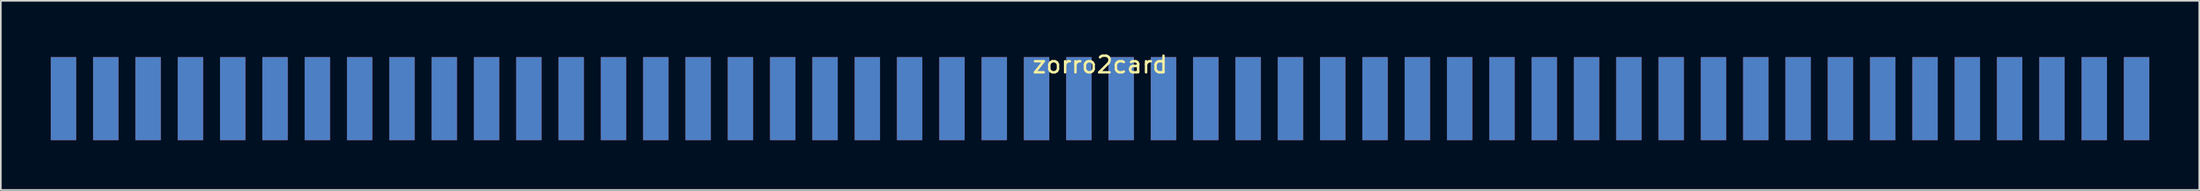
<source format=kicad_pcb>
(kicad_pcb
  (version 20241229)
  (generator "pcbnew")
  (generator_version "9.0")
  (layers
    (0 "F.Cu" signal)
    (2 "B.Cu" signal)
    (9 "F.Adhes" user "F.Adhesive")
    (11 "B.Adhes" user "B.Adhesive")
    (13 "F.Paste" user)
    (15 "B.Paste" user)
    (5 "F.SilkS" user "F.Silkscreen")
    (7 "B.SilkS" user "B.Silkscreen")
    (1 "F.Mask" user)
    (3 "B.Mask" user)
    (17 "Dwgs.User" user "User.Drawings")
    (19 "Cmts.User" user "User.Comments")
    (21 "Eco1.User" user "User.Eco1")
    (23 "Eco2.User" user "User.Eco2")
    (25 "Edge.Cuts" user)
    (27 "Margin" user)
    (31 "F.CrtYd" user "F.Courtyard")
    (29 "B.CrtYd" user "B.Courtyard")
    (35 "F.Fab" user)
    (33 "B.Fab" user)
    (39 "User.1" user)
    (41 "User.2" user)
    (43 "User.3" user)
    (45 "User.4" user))
  (footprint "zorro2card"
    (layer "F.Cu")
    (at 62.992 0.348)
    (property "Reference" "zorro2card" (at 0 0.5 0) (layer "F.SilkS") (effects (font (size 1 1) (thickness 0.15))))
    (attr through_hole)
    (pad "1" connect rect (at 62.23 2.54) (size 1.524 5) (layers "B.Cu" "B.Mask"))
    (pad "2" connect rect (at 62.23 2.54) (size 1.524 5) (layers "F.Cu" "F.Mask"))
    (pad "3" connect rect (at 59.69 2.54) (size 1.524 5) (layers "B.Cu" "B.Mask"))
    (pad "4" connect rect (at 59.69 2.54) (size 1.524 5) (layers "F.Cu" "F.Mask"))
    (pad "5" connect rect (at 57.15 2.54) (size 1.524 5) (layers "B.Cu" "B.Mask"))
    (pad "6" connect rect (at 57.15 2.54) (size 1.524 5) (layers "F.Cu" "F.Mask"))
    (pad "7" connect rect (at 54.61 2.54) (size 1.524 5) (layers "B.Cu" "B.Mask"))
    (pad "8" connect rect (at 54.61 2.54) (size 1.524 5) (layers "F.Cu" "F.Mask"))
    (pad "9" connect rect (at 52.07 2.54) (size 1.524 5) (layers "B.Cu" "B.Mask"))
    (pad "10" connect rect (at 52.07 2.54) (size 1.524 5) (layers "F.Cu" "F.Mask"))
    (pad "11" connect rect (at 49.53 2.54) (size 1.524 5) (layers "B.Cu" "B.Mask"))
    (pad "12" connect rect (at 49.53 2.54) (size 1.524 5) (layers "F.Cu" "F.Mask"))
    (pad "13" connect rect (at 46.99 2.54) (size 1.524 5) (layers "B.Cu" "B.Mask"))
    (pad "14" connect rect (at 46.99 2.54) (size 1.524 5) (layers "F.Cu" "F.Mask"))
    (pad "15" connect rect (at 44.45 2.54) (size 1.524 5) (layers "B.Cu" "B.Mask"))
    (pad "16" connect rect (at 44.45 2.54) (size 1.524 5) (layers "F.Cu" "F.Mask"))
    (pad "17" connect rect (at 41.91 2.54) (size 1.524 5) (layers "B.Cu" "B.Mask"))
    (pad "18" connect rect (at 41.91 2.54) (size 1.524 5) (layers "F.Cu" "F.Mask"))
    (pad "19" connect rect (at 39.37 2.54) (size 1.524 5) (layers "B.Cu" "B.Mask"))
    (pad "20" connect rect (at 39.37 2.54) (size 1.524 5) (layers "F.Cu" "F.Mask"))
    (pad "21" connect rect (at 36.83 2.54) (size 1.524 5) (layers "B.Cu" "B.Mask"))
    (pad "22" connect rect (at 36.83 2.54) (size 1.524 5) (layers "F.Cu" "F.Mask"))
    (pad "23" connect rect (at 34.29 2.54) (size 1.524 5) (layers "B.Cu" "B.Mask"))
    (pad "24" connect rect (at 34.29 2.54) (size 1.524 5) (layers "F.Cu" "F.Mask"))
    (pad "25" connect rect (at 31.75 2.54) (size 1.524 5) (layers "B.Cu" "B.Mask"))
    (pad "26" connect rect (at 31.75 2.54) (size 1.524 5) (layers "F.Cu" "F.Mask"))
    (pad "27" connect rect (at 29.21 2.54) (size 1.524 5) (layers "B.Cu" "B.Mask"))
    (pad "28" connect rect (at 29.21 2.54) (size 1.524 5) (layers "F.Cu" "F.Mask"))
    (pad "29" connect rect (at 26.67 2.54) (size 1.524 5) (layers "B.Cu" "B.Mask"))
    (pad "30" connect rect (at 26.67 2.54) (size 1.524 5) (layers "F.Cu" "F.Mask"))
    (pad "31" connect rect (at 24.13 2.54) (size 1.524 5) (layers "B.Cu" "B.Mask"))
    (pad "32" connect rect (at 24.13 2.54) (size 1.524 5) (layers "F.Cu" "F.Mask"))
    (pad "33" connect rect (at 21.59 2.54) (size 1.524 5) (layers "B.Cu" "B.Mask"))
    (pad "34" connect rect (at 21.59 2.54) (size 1.524 5) (layers "F.Cu" "F.Mask"))
    (pad "35" connect rect (at 19.05 2.54) (size 1.524 5) (layers "B.Cu" "B.Mask"))
    (pad "36" connect rect (at 19.05 2.54) (size 1.524 5) (layers "F.Cu" "F.Mask"))
    (pad "37" connect rect (at 16.51 2.54) (size 1.524 5) (layers "B.Cu" "B.Mask"))
    (pad "38" connect rect (at 16.51 2.54) (size 1.524 5) (layers "F.Cu" "F.Mask"))
    (pad "39" connect rect (at 13.97 2.54) (size 1.524 5) (layers "B.Cu" "B.Mask"))
    (pad "40" connect rect (at 13.97 2.54) (size 1.524 5) (layers "F.Cu" "F.Mask"))
    (pad "41" connect rect (at 11.43 2.54) (size 1.524 5) (layers "B.Cu" "B.Mask"))
    (pad "42" connect rect (at 11.43 2.54) (size 1.524 5) (layers "F.Cu" "F.Mask"))
    (pad "43" connect rect (at 8.89 2.54) (size 1.524 5) (layers "B.Cu" "B.Mask"))
    (pad "44" connect rect (at 8.89 2.54) (size 1.524 5) (layers "F.Cu" "F.Mask"))
    (pad "45" connect rect (at 6.35 2.54) (size 1.524 5) (layers "B.Cu" "B.Mask"))
    (pad "46" connect rect (at 6.35 2.54) (size 1.524 5) (layers "F.Cu" "F.Mask"))
    (pad "47" connect rect (at 3.81 2.54) (size 1.524 5) (layers "B.Cu" "B.Mask"))
    (pad "48" connect rect (at 3.81 2.54) (size 1.524 5) (layers "F.Cu" "F.Mask"))
    (pad "49" connect rect (at 1.27 2.54) (size 1.524 5) (layers "B.Cu" "B.Mask"))
    (pad "50" connect rect (at 1.27 2.54) (size 1.524 5) (layers "F.Cu" "F.Mask"))
    (pad "51" connect rect (at -1.27 2.54) (size 1.524 5) (layers "B.Cu" "B.Mask"))
    (pad "52" connect rect (at -1.27 2.54) (size 1.524 5) (layers "F.Cu" "F.Mask"))
    (pad "53" connect rect (at -3.81 2.54) (size 1.524 5) (layers "B.Cu" "B.Mask"))
    (pad "54" connect rect (at -3.81 2.54) (size 1.524 5) (layers "F.Cu" "F.Mask"))
    (pad "55" connect rect (at -6.35 2.54) (size 1.524 5) (layers "B.Cu" "B.Mask"))
    (pad "56" connect rect (at -6.35 2.54) (size 1.524 5) (layers "F.Cu" "F.Mask"))
    (pad "57" connect rect (at -8.89 2.54) (size 1.524 5) (layers "B.Cu" "B.Mask"))
    (pad "58" connect rect (at -8.89 2.54) (size 1.524 5) (layers "F.Cu" "F.Mask"))
    (pad "59" connect rect (at -11.43 2.54) (size 1.524 5) (layers "B.Cu" "B.Mask"))
    (pad "60" connect rect (at -11.43 2.54) (size 1.524 5) (layers "F.Cu" "F.Mask"))
    (pad "61" connect rect (at -13.97 2.54) (size 1.524 5) (layers "B.Cu" "B.Mask"))
    (pad "62" connect rect (at -13.97 2.54) (size 1.524 5) (layers "F.Cu" "F.Mask"))
    (pad "63" connect rect (at -16.51 2.54) (size 1.524 5) (layers "B.Cu" "B.Mask"))
    (pad "64" connect rect (at -16.51 2.54) (size 1.524 5) (layers "F.Cu" "F.Mask"))
    (pad "65" connect rect (at -19.05 2.54) (size 1.524 5) (layers "B.Cu" "B.Mask"))
    (pad "66" connect rect (at -19.05 2.54) (size 1.524 5) (layers "F.Cu" "F.Mask"))
    (pad "67" connect rect (at -21.59 2.54) (size 1.524 5) (layers "B.Cu" "B.Mask"))
    (pad "68" connect rect (at -21.59 2.54) (size 1.524 5) (layers "F.Cu" "F.Mask"))
    (pad "69" connect rect (at -24.13 2.54) (size 1.524 5) (layers "B.Cu" "B.Mask"))
    (pad "70" connect rect (at -24.13 2.54) (size 1.524 5) (layers "F.Cu" "F.Mask"))
    (pad "71" connect rect (at -26.67 2.54) (size 1.524 5) (layers "B.Cu" "B.Mask"))
    (pad "72" connect rect (at -26.67 2.54) (size 1.524 5) (layers "F.Cu" "F.Mask"))
    (pad "73" connect rect (at -29.21 2.54) (size 1.524 5) (layers "B.Cu" "B.Mask"))
    (pad "74" connect rect (at -29.21 2.54) (size 1.524 5) (layers "F.Cu" "F.Mask"))
    (pad "75" connect rect (at -31.75 2.54) (size 1.524 5) (layers "B.Cu" "B.Mask"))
    (pad "76" connect rect (at -31.75 2.54) (size 1.524 5) (layers "F.Cu" "F.Mask"))
    (pad "77" connect rect (at -34.29 2.54) (size 1.524 5) (layers "B.Cu" "B.Mask"))
    (pad "78" connect rect (at -34.29 2.54) (size 1.524 5) (layers "F.Cu" "F.Mask"))
    (pad "79" connect rect (at -36.83 2.54) (size 1.524 5) (layers "B.Cu" "B.Mask"))
    (pad "80" connect rect (at -36.83 2.54) (size 1.524 5) (layers "F.Cu" "F.Mask"))
    (pad "81" connect rect (at -39.37 2.54) (size 1.524 5) (layers "B.Cu" "B.Mask"))
    (pad "82" connect rect (at -39.37 2.54) (size 1.524 5) (layers "F.Cu" "F.Mask"))
    (pad "83" connect rect (at -41.91 2.54) (size 1.524 5) (layers "B.Cu" "B.Mask"))
    (pad "84" connect rect (at -41.91 2.54) (size 1.524 5) (layers "F.Cu" "F.Mask"))
    (pad "85" connect rect (at -44.45 2.54) (size 1.524 5) (layers "B.Cu" "B.Mask"))
    (pad "86" connect rect (at -44.45 2.54) (size 1.524 5) (layers "F.Cu" "F.Mask"))
    (pad "87" connect rect (at -46.99 2.54) (size 1.524 5) (layers "B.Cu" "B.Mask"))
    (pad "88" connect rect (at -46.99 2.54) (size 1.524 5) (layers "F.Cu" "F.Mask"))
    (pad "89" connect rect (at -49.53 2.54) (size 1.524 5) (layers "B.Cu" "B.Mask"))
    (pad "90" connect rect (at -49.53 2.54) (size 1.524 5) (layers "F.Cu" "F.Mask"))
    (pad "91" connect rect (at -52.07 2.54) (size 1.524 5) (layers "B.Cu" "B.Mask"))
    (pad "92" connect rect (at -52.07 2.54) (size 1.524 5) (layers "F.Cu" "F.Mask"))
    (pad "93" connect rect (at -54.61 2.54) (size 1.524 5) (layers "B.Cu" "B.Mask"))
    (pad "94" connect rect (at -54.61 2.54) (size 1.524 5) (layers "F.Cu" "F.Mask"))
    (pad "95" connect rect (at -57.15 2.54) (size 1.524 5) (layers "B.Cu" "B.Mask"))
    (pad "96" connect rect (at -57.15 2.54) (size 1.524 5) (layers "F.Cu" "F.Mask"))
    (pad "97" connect rect (at -59.69 2.54) (size 1.524 5) (layers "B.Cu" "B.Mask"))
    (pad "98" connect rect (at -59.69 2.54) (size 1.524 5) (layers "F.Cu" "F.Mask"))
    (pad "99" connect rect (at -62.23 2.54) (size 1.524 5) (layers "B.Cu" "B.Mask"))
    (pad "100" connect rect (at -62.23 2.54) (size 1.524 5) (layers "F.Cu" "F.Mask")))
  (gr_rect
    (start -3 -3)
    (end 128.984 8.388)
    (stroke (width 0.1) (type default))
    (fill no)
    (layer "Edge.Cuts")))
</source>
